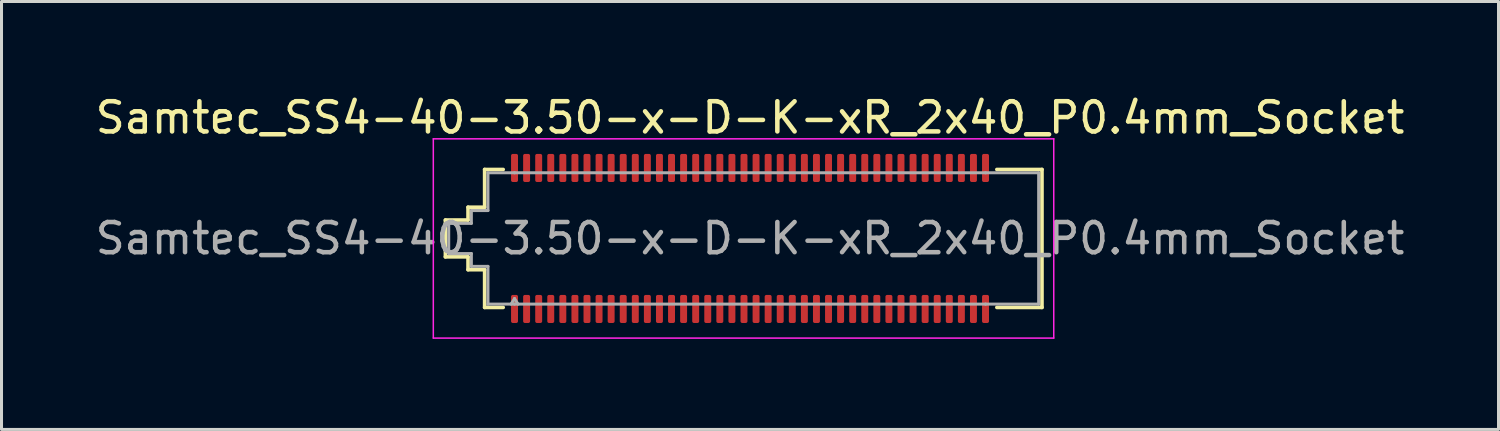
<source format=kicad_pcb>
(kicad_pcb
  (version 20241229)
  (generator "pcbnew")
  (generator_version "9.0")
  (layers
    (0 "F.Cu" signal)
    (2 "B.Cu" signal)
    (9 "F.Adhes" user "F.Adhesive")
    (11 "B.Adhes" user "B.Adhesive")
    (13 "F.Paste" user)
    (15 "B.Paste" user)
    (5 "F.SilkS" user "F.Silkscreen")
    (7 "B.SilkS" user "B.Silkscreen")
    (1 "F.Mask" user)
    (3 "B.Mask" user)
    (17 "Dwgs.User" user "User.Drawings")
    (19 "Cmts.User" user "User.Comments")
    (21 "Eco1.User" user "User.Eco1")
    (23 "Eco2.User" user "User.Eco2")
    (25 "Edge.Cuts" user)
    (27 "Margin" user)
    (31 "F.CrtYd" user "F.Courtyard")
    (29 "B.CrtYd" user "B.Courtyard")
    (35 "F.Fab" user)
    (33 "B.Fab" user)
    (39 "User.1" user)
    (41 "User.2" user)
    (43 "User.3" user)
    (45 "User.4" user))
  (footprint "Samtec_SS4-40-3.50-x-D-K-xR_2x40_P0.4mm_Socket"
    (layer "F.Cu")
    (at 21.792 4.848)
    (property "Reference" "Samtec_SS4-40-3.50-x-D-K-xR_2x40_P0.4mm_Socket" (at 0 -4 0) (layer "F.SilkS") (effects (font (size 1 1) (thickness 0.15))))
    (attr smd)
    (fp_line (start -10.09 -0.61) (end -9.34 -0.61) (stroke (width 0.12) (type solid)) (layer "F.SilkS"))
    (fp_line (start -10.09 0.61) (end -10.09 -0.61) (stroke (width 0.12) (type solid)) (layer "F.SilkS"))
    (fp_line (start -9.34 -1.035) (end -8.79 -1.035) (stroke (width 0.12) (type solid)) (layer "F.SilkS"))
    (fp_line (start -9.34 -0.61) (end -9.34 -1.035) (stroke (width 0.12) (type solid)) (layer "F.SilkS"))
    (fp_line (start -9.34 0.61) (end -10.09 0.61) (stroke (width 0.12) (type solid)) (layer "F.SilkS"))
    (fp_line (start -9.34 1.035) (end -9.34 0.61) (stroke (width 0.12) (type solid)) (layer "F.SilkS"))
    (fp_line (start -8.79 -2.285) (end -8.175 -2.285) (stroke (width 0.12) (type solid)) (layer "F.SilkS"))
    (fp_line (start -8.79 -1.035) (end -8.79 -2.285) (stroke (width 0.12) (type solid)) (layer "F.SilkS"))
    (fp_line (start -8.79 1.035) (end -9.34 1.035) (stroke (width 0.12) (type solid)) (layer "F.SilkS"))
    (fp_line (start -8.79 2.285) (end -8.79 1.035) (stroke (width 0.12) (type solid)) (layer "F.SilkS"))
    (fp_line (start -8.175 2.285) (end -8.79 2.285) (stroke (width 0.12) (type solid)) (layer "F.SilkS"))
    (fp_line (start 8.175 -2.285) (end 9.67 -2.285) (stroke (width 0.12) (type solid)) (layer "F.SilkS"))
    (fp_line (start 9.67 -2.285) (end 9.67 2.285) (stroke (width 0.12) (type solid)) (layer "F.SilkS"))
    (fp_line (start 9.67 2.285) (end 8.175 2.285) (stroke (width 0.12) (type solid)) (layer "F.SilkS"))
    (fp_line (start -10.49 -3.3) (end -10.49 3.3) (stroke (width 0.05) (type solid)) (layer "F.CrtYd"))
    (fp_line (start -10.49 3.3) (end 10.06 3.3) (stroke (width 0.05) (type solid)) (layer "F.CrtYd"))
    (fp_line (start 10.06 -3.3) (end -10.49 -3.3) (stroke (width 0.05) (type solid)) (layer "F.CrtYd"))
    (fp_line (start 10.06 3.3) (end 10.06 -3.3) (stroke (width 0.05) (type solid)) (layer "F.CrtYd"))
    (fp_line (start -9.98 -0.5) (end -9.23 -0.5) (stroke (width 0.1) (type solid)) (layer "F.Fab"))
    (fp_line (start -9.98 0.5) (end -9.98 -0.5) (stroke (width 0.1) (type solid)) (layer "F.Fab"))
    (fp_line (start -9.23 -0.925) (end -8.68 -0.925) (stroke (width 0.1) (type solid)) (layer "F.Fab"))
    (fp_line (start -9.23 -0.5) (end -9.23 -0.925) (stroke (width 0.1) (type solid)) (layer "F.Fab"))
    (fp_line (start -9.23 0.5) (end -9.98 0.5) (stroke (width 0.1) (type solid)) (layer "F.Fab"))
    (fp_line (start -9.23 0.925) (end -9.23 0.5) (stroke (width 0.1) (type solid)) (layer "F.Fab"))
    (fp_line (start -8.68 -2.175) (end -7.8 -2.175) (stroke (width 0.1) (type solid)) (layer "F.Fab"))
    (fp_line (start -8.68 -0.925) (end -8.68 -2.175) (stroke (width 0.1) (type solid)) (layer "F.Fab"))
    (fp_line (start -8.68 0.925) (end -9.23 0.925) (stroke (width 0.1) (type solid)) (layer "F.Fab"))
    (fp_line (start -8.68 2.175) (end -8.68 0.925) (stroke (width 0.1) (type solid)) (layer "F.Fab"))
    (fp_line (start -7.8 -2.175) (end 7.8 -2.175) (stroke (width 0.1) (type solid)) (layer "F.Fab"))
    (fp_line (start -7.8 1.991) (end -7.915 2.175) (stroke (width 0.1) (type solid)) (layer "F.Fab"))
    (fp_line (start -7.8 1.991) (end -7.685 2.175) (stroke (width 0.1) (type solid)) (layer "F.Fab"))
    (fp_line (start -7.8 2.175) (end -8.68 2.175) (stroke (width 0.1) (type solid)) (layer "F.Fab"))
    (fp_line (start 7.8 -2.175) (end 9.56 -2.175) (stroke (width 0.1) (type solid)) (layer "F.Fab"))
    (fp_line (start 7.8 2.175) (end -7.8 2.175) (stroke (width 0.1) (type solid)) (layer "F.Fab"))
    (fp_line (start 9.56 -2.175) (end 9.56 2.175) (stroke (width 0.1) (type solid)) (layer "F.Fab"))
    (fp_line (start 9.56 2.175) (end 7.8 2.175) (stroke (width 0.1) (type solid)) (layer "F.Fab"))
    (fp_text user "${REFERENCE}" (at 0 0 0) (layer "F.Fab") (effects (font (size 1 1) (thickness 0.15))))
    (pad "1" smd roundrect (at -7.8 2.335) (size 0.23 0.93) (layers "F.Cu" "F.Mask" "F.Paste") (roundrect_rratio 0.25))
    (pad "2" smd roundrect (at -7.8 -2.335) (size 0.23 0.93) (layers "F.Cu" "F.Mask" "F.Paste") (roundrect_rratio 0.25))
    (pad "3" smd roundrect (at -7.4 2.335) (size 0.23 0.93) (layers "F.Cu" "F.Mask" "F.Paste") (roundrect_rratio 0.25))
    (pad "4" smd roundrect (at -7.4 -2.335) (size 0.23 0.93) (layers "F.Cu" "F.Mask" "F.Paste") (roundrect_rratio 0.25))
    (pad "5" smd roundrect (at -7 2.335) (size 0.23 0.93) (layers "F.Cu" "F.Mask" "F.Paste") (roundrect_rratio 0.25))
    (pad "6" smd roundrect (at -7 -2.335) (size 0.23 0.93) (layers "F.Cu" "F.Mask" "F.Paste") (roundrect_rratio 0.25))
    (pad "7" smd roundrect (at -6.6 2.335) (size 0.23 0.93) (layers "F.Cu" "F.Mask" "F.Paste") (roundrect_rratio 0.25))
    (pad "8" smd roundrect (at -6.6 -2.335) (size 0.23 0.93) (layers "F.Cu" "F.Mask" "F.Paste") (roundrect_rratio 0.25))
    (pad "9" smd roundrect (at -6.2 2.335) (size 0.23 0.93) (layers "F.Cu" "F.Mask" "F.Paste") (roundrect_rratio 0.25))
    (pad "10" smd roundrect (at -6.2 -2.335) (size 0.23 0.93) (layers "F.Cu" "F.Mask" "F.Paste") (roundrect_rratio 0.25))
    (pad "11" smd roundrect (at -5.8 2.335) (size 0.23 0.93) (layers "F.Cu" "F.Mask" "F.Paste") (roundrect_rratio 0.25))
    (pad "12" smd roundrect (at -5.8 -2.335) (size 0.23 0.93) (layers "F.Cu" "F.Mask" "F.Paste") (roundrect_rratio 0.25))
    (pad "13" smd roundrect (at -5.4 2.335) (size 0.23 0.93) (layers "F.Cu" "F.Mask" "F.Paste") (roundrect_rratio 0.25))
    (pad "14" smd roundrect (at -5.4 -2.335) (size 0.23 0.93) (layers "F.Cu" "F.Mask" "F.Paste") (roundrect_rratio 0.25))
    (pad "15" smd roundrect (at -5 2.335) (size 0.23 0.93) (layers "F.Cu" "F.Mask" "F.Paste") (roundrect_rratio 0.25))
    (pad "16" smd roundrect (at -5 -2.335) (size 0.23 0.93) (layers "F.Cu" "F.Mask" "F.Paste") (roundrect_rratio 0.25))
    (pad "17" smd roundrect (at -4.6 2.335) (size 0.23 0.93) (layers "F.Cu" "F.Mask" "F.Paste") (roundrect_rratio 0.25))
    (pad "18" smd roundrect (at -4.6 -2.335) (size 0.23 0.93) (layers "F.Cu" "F.Mask" "F.Paste") (roundrect_rratio 0.25))
    (pad "19" smd roundrect (at -4.2 2.335) (size 0.23 0.93) (layers "F.Cu" "F.Mask" "F.Paste") (roundrect_rratio 0.25))
    (pad "20" smd roundrect (at -4.2 -2.335) (size 0.23 0.93) (layers "F.Cu" "F.Mask" "F.Paste") (roundrect_rratio 0.25))
    (pad "21" smd roundrect (at -3.8 2.335) (size 0.23 0.93) (layers "F.Cu" "F.Mask" "F.Paste") (roundrect_rratio 0.25))
    (pad "22" smd roundrect (at -3.8 -2.335) (size 0.23 0.93) (layers "F.Cu" "F.Mask" "F.Paste") (roundrect_rratio 0.25))
    (pad "23" smd roundrect (at -3.4 2.335) (size 0.23 0.93) (layers "F.Cu" "F.Mask" "F.Paste") (roundrect_rratio 0.25))
    (pad "24" smd roundrect (at -3.4 -2.335) (size 0.23 0.93) (layers "F.Cu" "F.Mask" "F.Paste") (roundrect_rratio 0.25))
    (pad "25" smd roundrect (at -3 2.335) (size 0.23 0.93) (layers "F.Cu" "F.Mask" "F.Paste") (roundrect_rratio 0.25))
    (pad "26" smd roundrect (at -3 -2.335) (size 0.23 0.93) (layers "F.Cu" "F.Mask" "F.Paste") (roundrect_rratio 0.25))
    (pad "27" smd roundrect (at -2.6 2.335) (size 0.23 0.93) (layers "F.Cu" "F.Mask" "F.Paste") (roundrect_rratio 0.25))
    (pad "28" smd roundrect (at -2.6 -2.335) (size 0.23 0.93) (layers "F.Cu" "F.Mask" "F.Paste") (roundrect_rratio 0.25))
    (pad "29" smd roundrect (at -2.2 2.335) (size 0.23 0.93) (layers "F.Cu" "F.Mask" "F.Paste") (roundrect_rratio 0.25))
    (pad "30" smd roundrect (at -2.2 -2.335) (size 0.23 0.93) (layers "F.Cu" "F.Mask" "F.Paste") (roundrect_rratio 0.25))
    (pad "31" smd roundrect (at -1.8 2.335) (size 0.23 0.93) (layers "F.Cu" "F.Mask" "F.Paste") (roundrect_rratio 0.25))
    (pad "32" smd roundrect (at -1.8 -2.335) (size 0.23 0.93) (layers "F.Cu" "F.Mask" "F.Paste") (roundrect_rratio 0.25))
    (pad "33" smd roundrect (at -1.4 2.335) (size 0.23 0.93) (layers "F.Cu" "F.Mask" "F.Paste") (roundrect_rratio 0.25))
    (pad "34" smd roundrect (at -1.4 -2.335) (size 0.23 0.93) (layers "F.Cu" "F.Mask" "F.Paste") (roundrect_rratio 0.25))
    (pad "35" smd roundrect (at -1 2.335) (size 0.23 0.93) (layers "F.Cu" "F.Mask" "F.Paste") (roundrect_rratio 0.25))
    (pad "36" smd roundrect (at -1 -2.335) (size 0.23 0.93) (layers "F.Cu" "F.Mask" "F.Paste") (roundrect_rratio 0.25))
    (pad "37" smd roundrect (at -0.6 2.335) (size 0.23 0.93) (layers "F.Cu" "F.Mask" "F.Paste") (roundrect_rratio 0.25))
    (pad "38" smd roundrect (at -0.6 -2.335) (size 0.23 0.93) (layers "F.Cu" "F.Mask" "F.Paste") (roundrect_rratio 0.25))
    (pad "39" smd roundrect (at -0.2 2.335) (size 0.23 0.93) (layers "F.Cu" "F.Mask" "F.Paste") (roundrect_rratio 0.25))
    (pad "40" smd roundrect (at -0.2 -2.335) (size 0.23 0.93) (layers "F.Cu" "F.Mask" "F.Paste") (roundrect_rratio 0.25))
    (pad "41" smd roundrect (at 0.2 2.335) (size 0.23 0.93) (layers "F.Cu" "F.Mask" "F.Paste") (roundrect_rratio 0.25))
    (pad "42" smd roundrect (at 0.2 -2.335) (size 0.23 0.93) (layers "F.Cu" "F.Mask" "F.Paste") (roundrect_rratio 0.25))
    (pad "43" smd roundrect (at 0.6 2.335) (size 0.23 0.93) (layers "F.Cu" "F.Mask" "F.Paste") (roundrect_rratio 0.25))
    (pad "44" smd roundrect (at 0.6 -2.335) (size 0.23 0.93) (layers "F.Cu" "F.Mask" "F.Paste") (roundrect_rratio 0.25))
    (pad "45" smd roundrect (at 1 2.335) (size 0.23 0.93) (layers "F.Cu" "F.Mask" "F.Paste") (roundrect_rratio 0.25))
    (pad "46" smd roundrect (at 1 -2.335) (size 0.23 0.93) (layers "F.Cu" "F.Mask" "F.Paste") (roundrect_rratio 0.25))
    (pad "47" smd roundrect (at 1.4 2.335) (size 0.23 0.93) (layers "F.Cu" "F.Mask" "F.Paste") (roundrect_rratio 0.25))
    (pad "48" smd roundrect (at 1.4 -2.335) (size 0.23 0.93) (layers "F.Cu" "F.Mask" "F.Paste") (roundrect_rratio 0.25))
    (pad "49" smd roundrect (at 1.8 2.335) (size 0.23 0.93) (layers "F.Cu" "F.Mask" "F.Paste") (roundrect_rratio 0.25))
    (pad "50" smd roundrect (at 1.8 -2.335) (size 0.23 0.93) (layers "F.Cu" "F.Mask" "F.Paste") (roundrect_rratio 0.25))
    (pad "51" smd roundrect (at 2.2 2.335) (size 0.23 0.93) (layers "F.Cu" "F.Mask" "F.Paste") (roundrect_rratio 0.25))
    (pad "52" smd roundrect (at 2.2 -2.335) (size 0.23 0.93) (layers "F.Cu" "F.Mask" "F.Paste") (roundrect_rratio 0.25))
    (pad "53" smd roundrect (at 2.6 2.335) (size 0.23 0.93) (layers "F.Cu" "F.Mask" "F.Paste") (roundrect_rratio 0.25))
    (pad "54" smd roundrect (at 2.6 -2.335) (size 0.23 0.93) (layers "F.Cu" "F.Mask" "F.Paste") (roundrect_rratio 0.25))
    (pad "55" smd roundrect (at 3 2.335) (size 0.23 0.93) (layers "F.Cu" "F.Mask" "F.Paste") (roundrect_rratio 0.25))
    (pad "56" smd roundrect (at 3 -2.335) (size 0.23 0.93) (layers "F.Cu" "F.Mask" "F.Paste") (roundrect_rratio 0.25))
    (pad "57" smd roundrect (at 3.4 2.335) (size 0.23 0.93) (layers "F.Cu" "F.Mask" "F.Paste") (roundrect_rratio 0.25))
    (pad "58" smd roundrect (at 3.4 -2.335) (size 0.23 0.93) (layers "F.Cu" "F.Mask" "F.Paste") (roundrect_rratio 0.25))
    (pad "59" smd roundrect (at 3.8 2.335) (size 0.23 0.93) (layers "F.Cu" "F.Mask" "F.Paste") (roundrect_rratio 0.25))
    (pad "60" smd roundrect (at 3.8 -2.335) (size 0.23 0.93) (layers "F.Cu" "F.Mask" "F.Paste") (roundrect_rratio 0.25))
    (pad "61" smd roundrect (at 4.2 2.335) (size 0.23 0.93) (layers "F.Cu" "F.Mask" "F.Paste") (roundrect_rratio 0.25))
    (pad "62" smd roundrect (at 4.2 -2.335) (size 0.23 0.93) (layers "F.Cu" "F.Mask" "F.Paste") (roundrect_rratio 0.25))
    (pad "63" smd roundrect (at 4.6 2.335) (size 0.23 0.93) (layers "F.Cu" "F.Mask" "F.Paste") (roundrect_rratio 0.25))
    (pad "64" smd roundrect (at 4.6 -2.335) (size 0.23 0.93) (layers "F.Cu" "F.Mask" "F.Paste") (roundrect_rratio 0.25))
    (pad "65" smd roundrect (at 5 2.335) (size 0.23 0.93) (layers "F.Cu" "F.Mask" "F.Paste") (roundrect_rratio 0.25))
    (pad "66" smd roundrect (at 5 -2.335) (size 0.23 0.93) (layers "F.Cu" "F.Mask" "F.Paste") (roundrect_rratio 0.25))
    (pad "67" smd roundrect (at 5.4 2.335) (size 0.23 0.93) (layers "F.Cu" "F.Mask" "F.Paste") (roundrect_rratio 0.25))
    (pad "68" smd roundrect (at 5.4 -2.335) (size 0.23 0.93) (layers "F.Cu" "F.Mask" "F.Paste") (roundrect_rratio 0.25))
    (pad "69" smd roundrect (at 5.8 2.335) (size 0.23 0.93) (layers "F.Cu" "F.Mask" "F.Paste") (roundrect_rratio 0.25))
    (pad "70" smd roundrect (at 5.8 -2.335) (size 0.23 0.93) (layers "F.Cu" "F.Mask" "F.Paste") (roundrect_rratio 0.25))
    (pad "71" smd roundrect (at 6.2 2.335) (size 0.23 0.93) (layers "F.Cu" "F.Mask" "F.Paste") (roundrect_rratio 0.25))
    (pad "72" smd roundrect (at 6.2 -2.335) (size 0.23 0.93) (layers "F.Cu" "F.Mask" "F.Paste") (roundrect_rratio 0.25))
    (pad "73" smd roundrect (at 6.6 2.335) (size 0.23 0.93) (layers "F.Cu" "F.Mask" "F.Paste") (roundrect_rratio 0.25))
    (pad "74" smd roundrect (at 6.6 -2.335) (size 0.23 0.93) (layers "F.Cu" "F.Mask" "F.Paste") (roundrect_rratio 0.25))
    (pad "75" smd roundrect (at 7 2.335) (size 0.23 0.93) (layers "F.Cu" "F.Mask" "F.Paste") (roundrect_rratio 0.25))
    (pad "76" smd roundrect (at 7 -2.335) (size 0.23 0.93) (layers "F.Cu" "F.Mask" "F.Paste") (roundrect_rratio 0.25))
    (pad "77" smd roundrect (at 7.4 2.335) (size 0.23 0.93) (layers "F.Cu" "F.Mask" "F.Paste") (roundrect_rratio 0.25))
    (pad "78" smd roundrect (at 7.4 -2.335) (size 0.23 0.93) (layers "F.Cu" "F.Mask" "F.Paste") (roundrect_rratio 0.25))
    (pad "79" smd roundrect (at 7.8 2.335) (size 0.23 0.93) (layers "F.Cu" "F.Mask" "F.Paste") (roundrect_rratio 0.25))
    (pad "80" smd roundrect (at 7.8 -2.335) (size 0.23 0.93) (layers "F.Cu" "F.Mask" "F.Paste") (roundrect_rratio 0.25)))
  (gr_rect
    (start -3 -3)
    (end 46.583 11.173)
    (stroke (width 0.1) (type default))
    (fill no)
    (layer "Edge.Cuts")))
</source>
